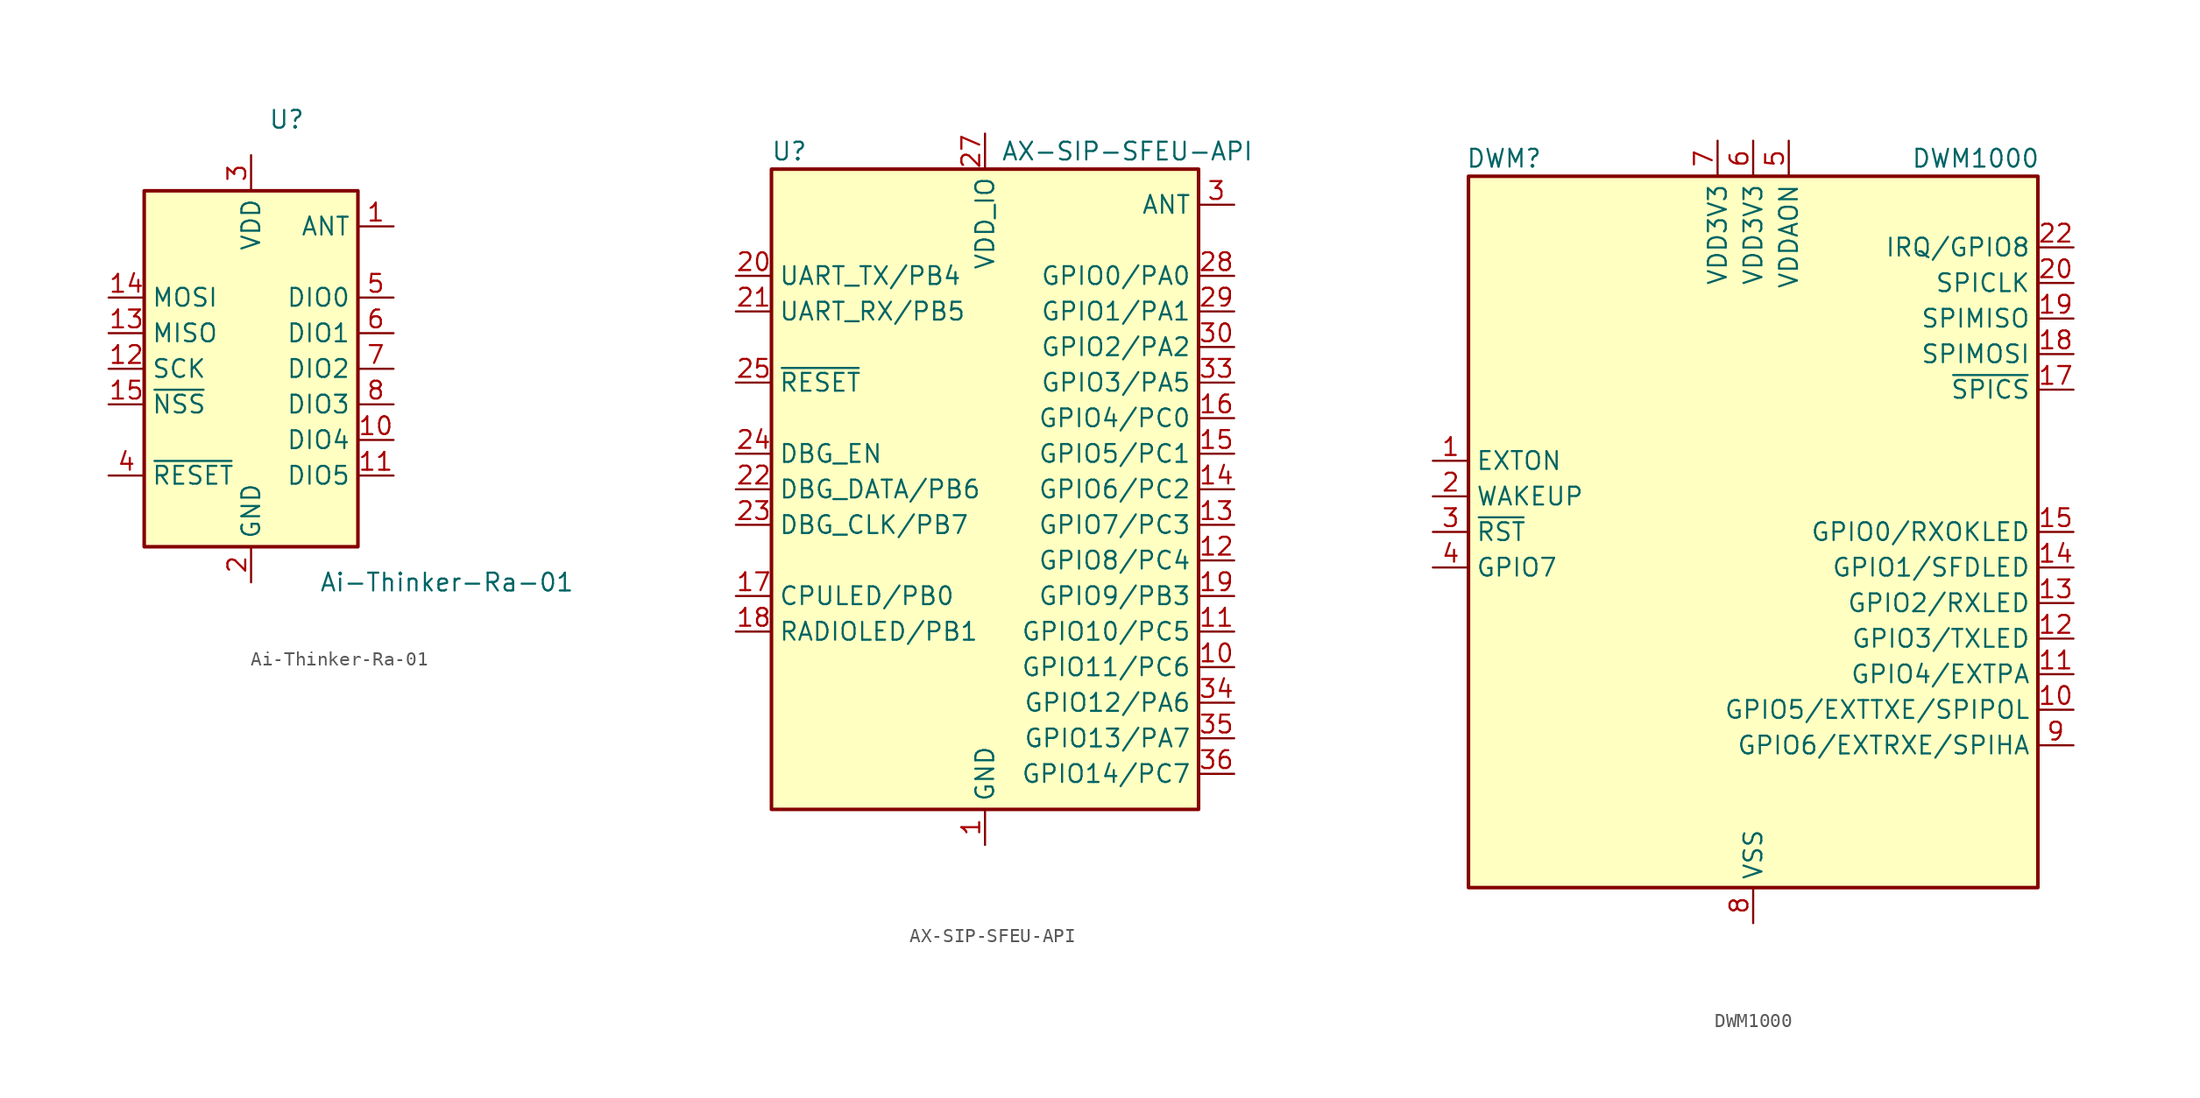
<source format=kicad_sym>
(kicad_symbol_lib
  (version 20231120)
  (generator "kicad_symbol_editor")
  (generator_version "8.0")
  (symbol "Ai-Thinker-Ra-01"
    (property "Reference" "U"
      (at 2.54 17.78 0)
      (effects (font (size 1.27 1.27))))
    (property "Value" "Ai-Thinker-Ra-01"
      (at 13.97 -15.24 0)
      (effects (font (size 1.27 1.27))))
    (symbol "Ai-Thinker-Ra-01_0_1"
      (rectangle (start -7.62 12.7) (end 7.62 -12.7) (stroke (width 0.254) (type default)) (fill (type background))))
    (symbol "Ai-Thinker-Ra-01_1_1"
      (pin passive line (at 10.16 10.16 180) (length 2.54) (name "ANT" (effects (font (size 1.27 1.27)))) (number "1" (effects (font (size 1.27 1.27)))))
      (pin bidirectional line (at 10.16 -5.08 180) (length 2.54) (name "DIO4" (effects (font (size 1.27 1.27)))) (number "10" (effects (font (size 1.27 1.27)))))
      (pin bidirectional line (at 10.16 -7.62 180) (length 2.54) (name "DIO5" (effects (font (size 1.27 1.27)))) (number "11" (effects (font (size 1.27 1.27)))))
      (pin input line (at -10.16 0 0) (length 2.54) (name "SCK" (effects (font (size 1.27 1.27)))) (number "12" (effects (font (size 1.27 1.27)))))
      (pin output line (at -10.16 2.54 0) (length 2.54) (name "MISO" (effects (font (size 1.27 1.27)))) (number "13" (effects (font (size 1.27 1.27)))))
      (pin input line (at -10.16 5.08 0) (length 2.54) (name "MOSI" (effects (font (size 1.27 1.27)))) (number "14" (effects (font (size 1.27 1.27)))))
      (pin input line (at -10.16 -2.54 0) (length 2.54) (name "~{NSS}" (effects (font (size 1.27 1.27)))) (number "15" (effects (font (size 1.27 1.27)))))
      (pin passive line (at 0 -15.24 90) (length 2.54) hide (name "GND" (effects (font (size 1.27 1.27)))) (number "16" (effects (font (size 1.27 1.27)))))
      (pin power_in line (at 0 -15.24 90) (length 2.54) (name "GND" (effects (font (size 1.27 1.27)))) (number "2" (effects (font (size 1.27 1.27)))))
      (pin power_in line (at 0 15.24 270) (length 2.54) (name "VDD" (effects (font (size 1.27 1.27)))) (number "3" (effects (font (size 1.27 1.27)))))
      (pin input line (at -10.16 -7.62 0) (length 2.54) (name "~{RESET}" (effects (font (size 1.27 1.27)))) (number "4" (effects (font (size 1.27 1.27)))))
      (pin bidirectional line (at 10.16 5.08 180) (length 2.54) (name "DIO0" (effects (font (size 1.27 1.27)))) (number "5" (effects (font (size 1.27 1.27)))))
      (pin bidirectional line (at 10.16 2.54 180) (length 2.54) (name "DIO1" (effects (font (size 1.27 1.27)))) (number "6" (effects (font (size 1.27 1.27)))))
      (pin bidirectional line (at 10.16 0 180) (length 2.54) (name "DIO2" (effects (font (size 1.27 1.27)))) (number "7" (effects (font (size 1.27 1.27)))))
      (pin bidirectional line (at 10.16 -2.54 180) (length 2.54) (name "DIO3" (effects (font (size 1.27 1.27)))) (number "8" (effects (font (size 1.27 1.27)))))
      (pin passive line (at 0 -15.24 90) (length 2.54) hide (name "GND" (effects (font (size 1.27 1.27)))) (number "9" (effects (font (size 1.27 1.27)))))))
  (symbol "AX-SIP-SFEU-API"
    (property "Reference" "U"
      (at -13.97 24.13 0)
      (effects (font (size 1.27 1.27))))
    (property "Value" "AX-SIP-SFEU-API"
      (at 10.16 24.13 0)
      (effects (font (size 1.27 1.27))))
    (symbol "AX-SIP-SFEU-API_0_1"
      (rectangle (start -15.24 22.86) (end 15.24 -22.86) (stroke (width 0.254) (type default)) (fill (type background))))
    (symbol "AX-SIP-SFEU-API_1_1"
      (pin power_in line (at 0 -25.4 90) (length 2.54) (name "GND" (effects (font (size 1.27 1.27)))) (number "1" (effects (font (size 1.27 1.27)))))
      (pin bidirectional line (at 17.78 -12.7 180) (length 2.54) (name "GPIO11/PC6" (effects (font (size 1.27 1.27)))) (number "10" (effects (font (size 1.27 1.27)))))
      (pin bidirectional line (at 17.78 -10.16 180) (length 2.54) (name "GPIO10/PC5" (effects (font (size 1.27 1.27)))) (number "11" (effects (font (size 1.27 1.27)))))
      (pin bidirectional line (at 17.78 -5.08 180) (length 2.54) (name "GPIO8/PC4" (effects (font (size 1.27 1.27)))) (number "12" (effects (font (size 1.27 1.27)))))
      (pin bidirectional line (at 17.78 -2.54 180) (length 2.54) (name "GPIO7/PC3" (effects (font (size 1.27 1.27)))) (number "13" (effects (font (size 1.27 1.27)))))
      (pin bidirectional line (at 17.78 0 180) (length 2.54) (name "GPIO6/PC2" (effects (font (size 1.27 1.27)))) (number "14" (effects (font (size 1.27 1.27)))))
      (pin bidirectional line (at 17.78 2.54 180) (length 2.54) (name "GPIO5/PC1" (effects (font (size 1.27 1.27)))) (number "15" (effects (font (size 1.27 1.27)))))
      (pin bidirectional line (at 17.78 5.08 180) (length 2.54) (name "GPIO4/PC0" (effects (font (size 1.27 1.27)))) (number "16" (effects (font (size 1.27 1.27)))))
      (pin output line (at -17.78 -7.62 0) (length 2.54) (name "CPULED/PB0" (effects (font (size 1.27 1.27)))) (number "17" (effects (font (size 1.27 1.27)))))
      (pin output line (at -17.78 -10.16 0) (length 2.54) (name "RADIOLED/PB1" (effects (font (size 1.27 1.27)))) (number "18" (effects (font (size 1.27 1.27)))))
      (pin bidirectional line (at 17.78 -7.62 180) (length 2.54) (name "GPIO9/PB3" (effects (font (size 1.27 1.27)))) (number "19" (effects (font (size 1.27 1.27)))))
      (pin passive line (at 0 -25.4 90) (length 2.54) hide (name "GND" (effects (font (size 1.27 1.27)))) (number "2" (effects (font (size 1.27 1.27)))))
      (pin output line (at -17.78 15.24 0) (length 2.54) (name "UART_TX/PB4" (effects (font (size 1.27 1.27)))) (number "20" (effects (font (size 1.27 1.27)))))
      (pin input line (at -17.78 12.7 0) (length 2.54) (name "UART_RX/PB5" (effects (font (size 1.27 1.27)))) (number "21" (effects (font (size 1.27 1.27)))))
      (pin bidirectional line (at -17.78 0 0) (length 2.54) (name "DBG_DATA/PB6" (effects (font (size 1.27 1.27)))) (number "22" (effects (font (size 1.27 1.27)))))
      (pin input line (at -17.78 -2.54 0) (length 2.54) (name "DBG_CLK/PB7" (effects (font (size 1.27 1.27)))) (number "23" (effects (font (size 1.27 1.27)))))
      (pin input line (at -17.78 2.54 0) (length 2.54) (name "DBG_EN" (effects (font (size 1.27 1.27)))) (number "24" (effects (font (size 1.27 1.27)))))
      (pin input line (at -17.78 7.62 0) (length 2.54) (name "~{RESET}" (effects (font (size 1.27 1.27)))) (number "25" (effects (font (size 1.27 1.27)))))
      (pin passive line (at 0 -25.4 90) (length 2.54) hide (name "GND" (effects (font (size 1.27 1.27)))) (number "26" (effects (font (size 1.27 1.27)))))
      (pin power_in line (at 0 25.4 270) (length 2.54) (name "VDD_IO" (effects (font (size 1.27 1.27)))) (number "27" (effects (font (size 1.27 1.27)))))
      (pin bidirectional line (at 17.78 15.24 180) (length 2.54) (name "GPIO0/PA0" (effects (font (size 1.27 1.27)))) (number "28" (effects (font (size 1.27 1.27)))))
      (pin bidirectional line (at 17.78 12.7 180) (length 2.54) (name "GPIO1/PA1" (effects (font (size 1.27 1.27)))) (number "29" (effects (font (size 1.27 1.27)))))
      (pin passive line (at 17.78 20.32 180) (length 2.54) (name "ANT" (effects (font (size 1.27 1.27)))) (number "3" (effects (font (size 1.27 1.27)))))
      (pin bidirectional line (at 17.78 10.16 180) (length 2.54) (name "GPIO2/PA2" (effects (font (size 1.27 1.27)))) (number "30" (effects (font (size 1.27 1.27)))))
      (pin no_connect line (at 2.54 22.86 270) (length 2.54) hide (name "NC" (effects (font (size 1.27 1.27)))) (number "31" (effects (font (size 1.27 1.27)))))
      (pin no_connect line (at 5.08 22.86 270) (length 2.54) hide (name "NC" (effects (font (size 1.27 1.27)))) (number "32" (effects (font (size 1.27 1.27)))))
      (pin bidirectional line (at 17.78 7.62 180) (length 2.54) (name "GPIO3/PA5" (effects (font (size 1.27 1.27)))) (number "33" (effects (font (size 1.27 1.27)))))
      (pin bidirectional line (at 17.78 -15.24 180) (length 2.54) (name "GPIO12/PA6" (effects (font (size 1.27 1.27)))) (number "34" (effects (font (size 1.27 1.27)))))
      (pin bidirectional line (at 17.78 -17.78 180) (length 2.54) (name "GPIO13/PA7" (effects (font (size 1.27 1.27)))) (number "35" (effects (font (size 1.27 1.27)))))
      (pin bidirectional line (at 17.78 -20.32 180) (length 2.54) (name "GPIO14/PC7" (effects (font (size 1.27 1.27)))) (number "36" (effects (font (size 1.27 1.27)))))
      (pin no_connect line (at 7.62 22.86 270) (length 2.54) hide (name "NC" (effects (font (size 1.27 1.27)))) (number "37" (effects (font (size 1.27 1.27)))))
      (pin no_connect line (at 10.16 22.86 270) (length 2.54) hide (name "NC" (effects (font (size 1.27 1.27)))) (number "38" (effects (font (size 1.27 1.27)))))
      (pin passive line (at 0 -25.4 90) (length 2.54) hide (name "GND" (effects (font (size 1.27 1.27)))) (number "39" (effects (font (size 1.27 1.27)))))
      (pin passive line (at 0 -25.4 90) (length 2.54) hide (name "GND" (effects (font (size 1.27 1.27)))) (number "4" (effects (font (size 1.27 1.27)))))
      (pin passive line (at 0 -25.4 90) (length 2.54) hide (name "GND" (effects (font (size 1.27 1.27)))) (number "40" (effects (font (size 1.27 1.27)))))
      (pin passive line (at 0 -25.4 90) (length 2.54) hide (name "GND" (effects (font (size 1.27 1.27)))) (number "41" (effects (font (size 1.27 1.27)))))
      (pin passive line (at 0 -25.4 90) (length 2.54) hide (name "GND" (effects (font (size 1.27 1.27)))) (number "42" (effects (font (size 1.27 1.27)))))
      (pin passive line (at 0 -25.4 90) (length 2.54) hide (name "GND" (effects (font (size 1.27 1.27)))) (number "43" (effects (font (size 1.27 1.27)))))
      (pin passive line (at 0 -25.4 90) (length 2.54) hide (name "GND" (effects (font (size 1.27 1.27)))) (number "44" (effects (font (size 1.27 1.27)))))
      (pin no_connect line (at -10.16 22.86 270) (length 2.54) hide (name "NC" (effects (font (size 1.27 1.27)))) (number "5" (effects (font (size 1.27 1.27)))))
      (pin passive line (at 0 -25.4 90) (length 2.54) hide (name "GND" (effects (font (size 1.27 1.27)))) (number "6" (effects (font (size 1.27 1.27)))))
      (pin no_connect line (at -7.62 22.86 270) (length 2.54) hide (name "NC" (effects (font (size 1.27 1.27)))) (number "7" (effects (font (size 1.27 1.27)))))
      (pin no_connect line (at -5.08 22.86 270) (length 2.54) hide (name "NC" (effects (font (size 1.27 1.27)))) (number "8" (effects (font (size 1.27 1.27)))))
      (pin no_connect line (at -2.54 22.86 270) (length 2.54) hide (name "NC" (effects (font (size 1.27 1.27)))) (number "9" (effects (font (size 1.27 1.27)))))))
  (symbol "DWM1000"
    (property "Reference" "DWM"
      (at -17.78 26.67 0)
      (effects (font (size 1.27 1.27))))
    (property "Value" "DWM1000"
      (at 15.875 26.67 0)
      (effects (font (size 1.27 1.27))))
    (symbol "DWM1000_0_1"
      (rectangle (start -20.32 25.4) (end 20.32 -25.4) (stroke (width 0.254) (type default)) (fill (type background))))
    (symbol "DWM1000_1_1"
      (pin output line (at -22.86 5.08 0) (length 2.54) (name "EXTON" (effects (font (size 1.27 1.27)))) (number "1" (effects (font (size 1.27 1.27)))))
      (pin bidirectional line (at 22.86 -12.7 180) (length 2.54) (name "GPIO5/EXTTXE/SPIPOL" (effects (font (size 1.27 1.27)))) (number "10" (effects (font (size 1.27 1.27)))))
      (pin bidirectional line (at 22.86 -10.16 180) (length 2.54) (name "GPIO4/EXTPA" (effects (font (size 1.27 1.27)))) (number "11" (effects (font (size 1.27 1.27)))))
      (pin bidirectional line (at 22.86 -7.62 180) (length 2.54) (name "GPIO3/TXLED" (effects (font (size 1.27 1.27)))) (number "12" (effects (font (size 1.27 1.27)))))
      (pin bidirectional line (at 22.86 -5.08 180) (length 2.54) (name "GPIO2/RXLED" (effects (font (size 1.27 1.27)))) (number "13" (effects (font (size 1.27 1.27)))))
      (pin bidirectional line (at 22.86 -2.54 180) (length 2.54) (name "GPIO1/SFDLED" (effects (font (size 1.27 1.27)))) (number "14" (effects (font (size 1.27 1.27)))))
      (pin bidirectional line (at 22.86 0 180) (length 2.54) (name "GPIO0/RXOKLED" (effects (font (size 1.27 1.27)))) (number "15" (effects (font (size 1.27 1.27)))))
      (pin passive line (at 0 -27.94 90) (length 2.54) hide (name "VSS" (effects (font (size 1.27 1.27)))) (number "16" (effects (font (size 1.27 1.27)))))
      (pin input line (at 22.86 10.16 180) (length 2.54) (name "~{SPICS}" (effects (font (size 1.27 1.27)))) (number "17" (effects (font (size 1.27 1.27)))))
      (pin input line (at 22.86 12.7 180) (length 2.54) (name "SPIMOSI" (effects (font (size 1.27 1.27)))) (number "18" (effects (font (size 1.27 1.27)))))
      (pin output line (at 22.86 15.24 180) (length 2.54) (name "SPIMISO" (effects (font (size 1.27 1.27)))) (number "19" (effects (font (size 1.27 1.27)))))
      (pin bidirectional line (at -22.86 2.54 0) (length 2.54) (name "WAKEUP" (effects (font (size 1.27 1.27)))) (number "2" (effects (font (size 1.27 1.27)))))
      (pin input line (at 22.86 17.78 180) (length 2.54) (name "SPICLK" (effects (font (size 1.27 1.27)))) (number "20" (effects (font (size 1.27 1.27)))))
      (pin passive line (at 0 -27.94 90) (length 2.54) hide (name "VSS" (effects (font (size 1.27 1.27)))) (number "21" (effects (font (size 1.27 1.27)))))
      (pin bidirectional line (at 22.86 20.32 180) (length 2.54) (name "IRQ/GPIO8" (effects (font (size 1.27 1.27)))) (number "22" (effects (font (size 1.27 1.27)))))
      (pin passive line (at 0 -27.94 90) (length 2.54) hide (name "VSS" (effects (font (size 1.27 1.27)))) (number "23" (effects (font (size 1.27 1.27)))))
      (pin passive line (at 0 -27.94 90) (length 2.54) hide (name "VSS" (effects (font (size 1.27 1.27)))) (number "24" (effects (font (size 1.27 1.27)))))
      (pin bidirectional line (at -22.86 0 0) (length 2.54) (name "~{RST}" (effects (font (size 1.27 1.27)))) (number "3" (effects (font (size 1.27 1.27)))))
      (pin bidirectional line (at -22.86 -2.54 0) (length 2.54) (name "GPIO7" (effects (font (size 1.27 1.27)))) (number "4" (effects (font (size 1.27 1.27)))))
      (pin power_in line (at 2.54 27.94 270) (length 2.54) (name "VDDAON" (effects (font (size 1.27 1.27)))) (number "5" (effects (font (size 1.27 1.27)))))
      (pin power_in line (at 0 27.94 270) (length 2.54) (name "VDD3V3" (effects (font (size 1.27 1.27)))) (number "6" (effects (font (size 1.27 1.27)))))
      (pin power_in line (at -2.54 27.94 270) (length 2.54) (name "VDD3V3" (effects (font (size 1.27 1.27)))) (number "7" (effects (font (size 1.27 1.27)))))
      (pin power_in line (at 0 -27.94 90) (length 2.54) (name "VSS" (effects (font (size 1.27 1.27)))) (number "8" (effects (font (size 1.27 1.27)))))
      (pin bidirectional line (at 22.86 -15.24 180) (length 2.54) (name "GPIO6/EXTRXE/SPIHA" (effects (font (size 1.27 1.27)))) (number "9" (effects (font (size 1.27 1.27))))))))
</source>
